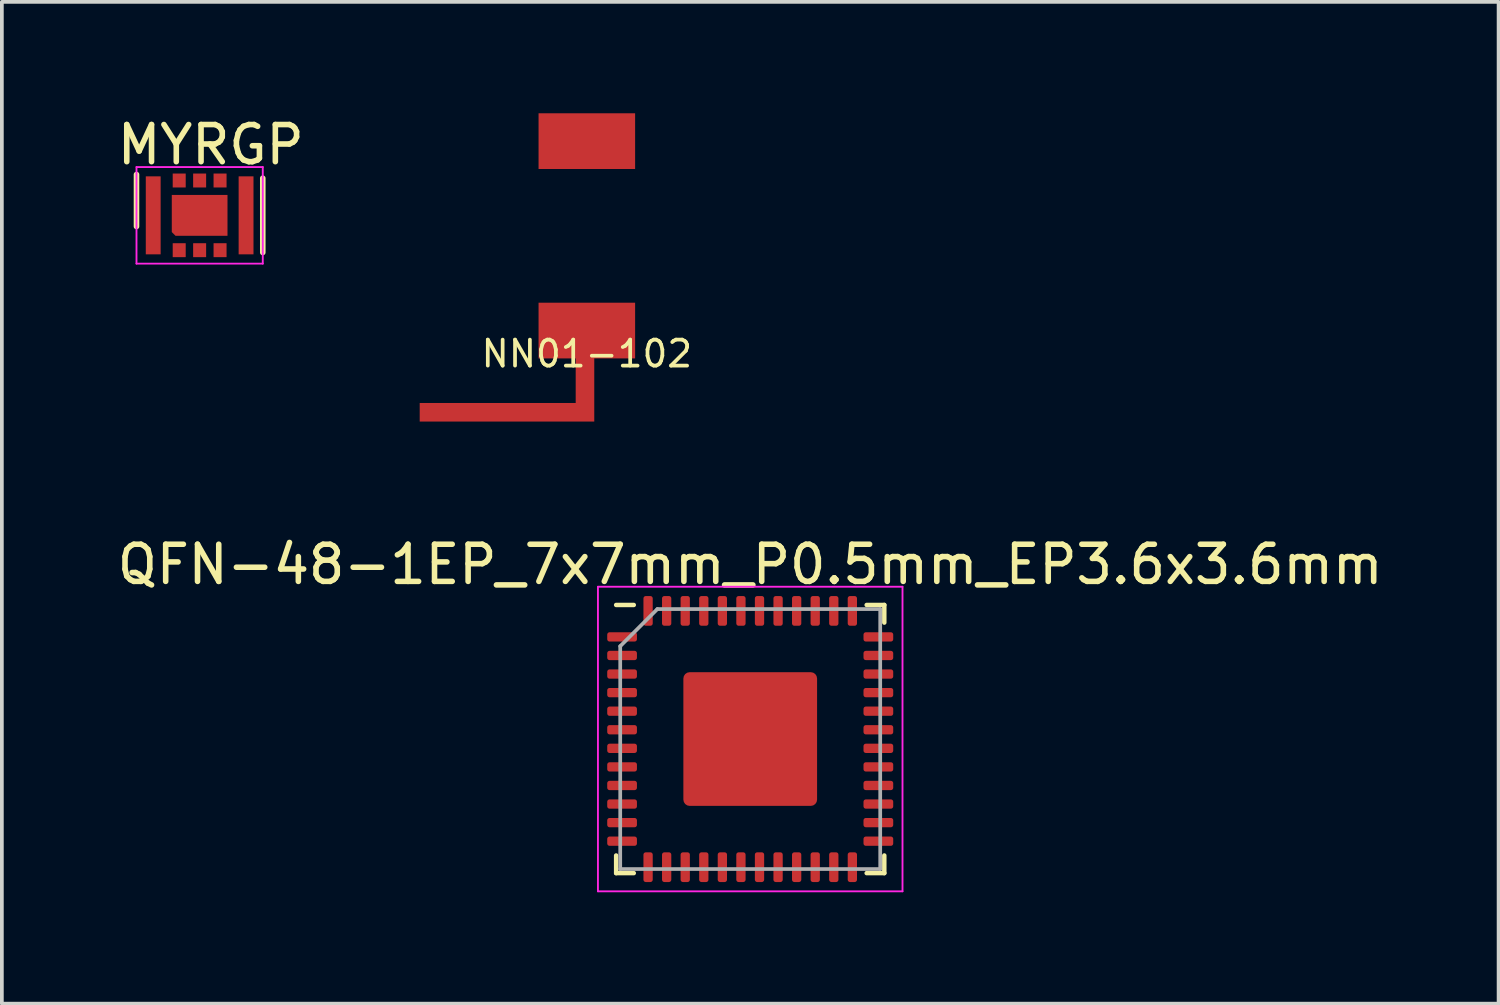
<source format=kicad_pcb>
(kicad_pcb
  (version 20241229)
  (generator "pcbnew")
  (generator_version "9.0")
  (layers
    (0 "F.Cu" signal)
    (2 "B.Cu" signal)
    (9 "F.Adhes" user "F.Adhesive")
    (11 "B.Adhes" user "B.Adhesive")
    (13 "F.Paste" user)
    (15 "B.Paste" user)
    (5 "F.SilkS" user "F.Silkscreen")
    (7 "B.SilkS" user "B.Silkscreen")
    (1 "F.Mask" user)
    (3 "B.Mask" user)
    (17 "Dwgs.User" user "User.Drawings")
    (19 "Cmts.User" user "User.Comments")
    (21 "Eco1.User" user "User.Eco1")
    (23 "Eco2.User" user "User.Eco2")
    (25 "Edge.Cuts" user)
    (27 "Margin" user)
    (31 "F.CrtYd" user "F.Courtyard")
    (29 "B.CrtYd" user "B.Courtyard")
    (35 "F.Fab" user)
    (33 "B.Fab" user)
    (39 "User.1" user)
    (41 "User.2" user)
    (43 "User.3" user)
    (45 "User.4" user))
  (footprint "NN01-102"
    (layer "F.Cu")
    (at 12.75 3.3)
    (property "Reference" "NN01-102" (at 0 3.175 180) (layer "F.SilkS") (effects (font (size 0.7 0.7) (thickness 0.1))))
    (attr smd)
    (fp_poly (pts (xy 1.3 3.3) (xy -1.3 3.3) (xy -1.3 1.8) (xy 1.3 1.8)) (stroke (width 0) (type solid)) (fill yes) (layer "F.Mask"))
    (fp_poly (pts (xy 1.3 3.3) (xy -1.3 3.3) (xy -1.3 1.8) (xy 1.3 1.8)) (stroke (width 0) (type solid)) (fill yes) (layer "F.Paste"))
    (pad "1" smd custom (at 0 2.55) (size 2.6 1.5) (layers "F.Cu") (options (anchor rect)) (primitives (gr_poly (pts (xy 0.2 2.45) (xy -0.3 2.45) (xy -0.3 0.95) (xy 0.2 0.95)) (width 0) (fill yes)) (gr_poly (pts (xy 0.2 0.95) (xy -0.3 0.95) (xy -0.3 0.75) (xy 0.2 0.75)) (width 0) (fill yes)) (gr_poly (pts (xy 0.2 1.95) (xy 0.2 2.45) (xy -4.5 2.45) (xy -4.5 1.95)) (width 0) (fill yes))))
    (pad "2" smd rect (at 0 -2.55) (size 2.6 1.5) (layers "F.Cu" "F.Mask" "F.Paste")))
  (footprint "QFN-48-1EP_7x7mm_P0.5mm_EP3.6x3.6mm"
    (layer "F.Cu")
    (at 17.149 16.848)
    (property "Reference" "QFN-48-1EP_7x7mm_P0.5mm_EP3.6x3.6mm" (at 0 -4.7 180) (layer "F.SilkS") (effects (font (size 1 1) (thickness 0.15))))
    (attr smd)
    (fp_line (start -3.61 3.61) (end -3.61 3.135) (stroke (width 0.12) (type solid)) (layer "F.SilkS"))
    (fp_line (start -3.135 -3.61) (end -3.61 -3.61) (stroke (width 0.12) (type solid)) (layer "F.SilkS"))
    (fp_line (start -3.135 3.61) (end -3.61 3.61) (stroke (width 0.12) (type solid)) (layer "F.SilkS"))
    (fp_line (start 3.135 -3.61) (end 3.61 -3.61) (stroke (width 0.12) (type solid)) (layer "F.SilkS"))
    (fp_line (start 3.135 3.61) (end 3.61 3.61) (stroke (width 0.12) (type solid)) (layer "F.SilkS"))
    (fp_line (start 3.61 -3.61) (end 3.61 -3.135) (stroke (width 0.12) (type solid)) (layer "F.SilkS"))
    (fp_line (start 3.61 3.61) (end 3.61 3.135) (stroke (width 0.12) (type solid)) (layer "F.SilkS"))
    (fp_line (start -4.1 -4.1) (end -4.1 4.1) (stroke (width 0.05) (type solid)) (layer "F.CrtYd"))
    (fp_line (start -4.1 4.1) (end 4.1 4.1) (stroke (width 0.05) (type solid)) (layer "F.CrtYd"))
    (fp_line (start 4.1 -4.1) (end -4.1 -4.1) (stroke (width 0.05) (type solid)) (layer "F.CrtYd"))
    (fp_line (start 4.1 4.1) (end 4.1 -4.1) (stroke (width 0.05) (type solid)) (layer "F.CrtYd"))
    (fp_line (start -3.5 -2.5) (end -2.5 -3.5) (stroke (width 0.1) (type solid)) (layer "F.Fab"))
    (fp_line (start -3.5 3.5) (end -3.5 -2.5) (stroke (width 0.1) (type solid)) (layer "F.Fab"))
    (fp_line (start -2.5 -3.5) (end 3.5 -3.5) (stroke (width 0.1) (type solid)) (layer "F.Fab"))
    (fp_line (start 3.5 -3.5) (end 3.5 3.5) (stroke (width 0.1) (type solid)) (layer "F.Fab"))
    (fp_line (start 3.5 3.5) (end -3.5 3.5) (stroke (width 0.1) (type solid)) (layer "F.Fab"))
    (pad "" smd roundrect (at -0.66 -0.66) (size 1.07 1.07) (layers "F.Paste") (roundrect_rratio 0.234))
    (pad "" smd roundrect (at -0.66 0.66) (size 1.07 1.07) (layers "F.Paste") (roundrect_rratio 0.234))
    (pad "" smd roundrect (at 0.66 -0.66) (size 1.07 1.07) (layers "F.Paste") (roundrect_rratio 0.234))
    (pad "" smd roundrect (at 0.66 0.66) (size 1.07 1.07) (layers "F.Paste") (roundrect_rratio 0.234))
    (pad "1" smd roundrect (at -3.45 -2.75) (size 0.8 0.25) (layers "F.Cu" "F.Mask" "F.Paste") (roundrect_rratio 0.25))
    (pad "2" smd roundrect (at -3.45 -2.25) (size 0.8 0.25) (layers "F.Cu" "F.Mask" "F.Paste") (roundrect_rratio 0.25))
    (pad "3" smd roundrect (at -3.45 -1.75) (size 0.8 0.25) (layers "F.Cu" "F.Mask" "F.Paste") (roundrect_rratio 0.25))
    (pad "4" smd roundrect (at -3.45 -1.25) (size 0.8 0.25) (layers "F.Cu" "F.Mask" "F.Paste") (roundrect_rratio 0.25))
    (pad "5" smd roundrect (at -3.45 -0.75) (size 0.8 0.25) (layers "F.Cu" "F.Mask" "F.Paste") (roundrect_rratio 0.25))
    (pad "6" smd roundrect (at -3.45 -0.25) (size 0.8 0.25) (layers "F.Cu" "F.Mask" "F.Paste") (roundrect_rratio 0.25))
    (pad "7" smd roundrect (at -3.45 0.25) (size 0.8 0.25) (layers "F.Cu" "F.Mask" "F.Paste") (roundrect_rratio 0.25))
    (pad "8" smd roundrect (at -3.45 0.75) (size 0.8 0.25) (layers "F.Cu" "F.Mask" "F.Paste") (roundrect_rratio 0.25))
    (pad "9" smd roundrect (at -3.45 1.25) (size 0.8 0.25) (layers "F.Cu" "F.Mask" "F.Paste") (roundrect_rratio 0.25))
    (pad "10" smd roundrect (at -3.45 1.75) (size 0.8 0.25) (layers "F.Cu" "F.Mask" "F.Paste") (roundrect_rratio 0.25))
    (pad "11" smd roundrect (at -3.45 2.25) (size 0.8 0.25) (layers "F.Cu" "F.Mask" "F.Paste") (roundrect_rratio 0.25))
    (pad "12" smd roundrect (at -3.45 2.75) (size 0.8 0.25) (layers "F.Cu" "F.Mask" "F.Paste") (roundrect_rratio 0.25))
    (pad "13" smd roundrect (at -2.75 3.45) (size 0.25 0.8) (layers "F.Cu" "F.Mask" "F.Paste") (roundrect_rratio 0.25))
    (pad "14" smd roundrect (at -2.25 3.45) (size 0.25 0.8) (layers "F.Cu" "F.Mask" "F.Paste") (roundrect_rratio 0.25))
    (pad "15" smd roundrect (at -1.75 3.45) (size 0.25 0.8) (layers "F.Cu" "F.Mask" "F.Paste") (roundrect_rratio 0.25))
    (pad "16" smd roundrect (at -1.25 3.45) (size 0.25 0.8) (layers "F.Cu" "F.Mask" "F.Paste") (roundrect_rratio 0.25))
    (pad "17" smd roundrect (at -0.75 3.45) (size 0.25 0.8) (layers "F.Cu" "F.Mask" "F.Paste") (roundrect_rratio 0.25))
    (pad "18" smd roundrect (at -0.25 3.45) (size 0.25 0.8) (layers "F.Cu" "F.Mask" "F.Paste") (roundrect_rratio 0.25))
    (pad "19" smd roundrect (at 0.25 3.45) (size 0.25 0.8) (layers "F.Cu" "F.Mask" "F.Paste") (roundrect_rratio 0.25))
    (pad "20" smd roundrect (at 0.75 3.45) (size 0.25 0.8) (layers "F.Cu" "F.Mask" "F.Paste") (roundrect_rratio 0.25))
    (pad "21" smd roundrect (at 1.25 3.45) (size 0.25 0.8) (layers "F.Cu" "F.Mask" "F.Paste") (roundrect_rratio 0.25))
    (pad "22" smd roundrect (at 1.75 3.45) (size 0.25 0.8) (layers "F.Cu" "F.Mask" "F.Paste") (roundrect_rratio 0.25))
    (pad "23" smd roundrect (at 2.25 3.45) (size 0.25 0.8) (layers "F.Cu" "F.Mask" "F.Paste") (roundrect_rratio 0.25))
    (pad "24" smd roundrect (at 2.75 3.45) (size 0.25 0.8) (layers "F.Cu" "F.Mask" "F.Paste") (roundrect_rratio 0.25))
    (pad "25" smd roundrect (at 3.45 2.75) (size 0.8 0.25) (layers "F.Cu" "F.Mask" "F.Paste") (roundrect_rratio 0.25))
    (pad "26" smd roundrect (at 3.45 2.25) (size 0.8 0.25) (layers "F.Cu" "F.Mask" "F.Paste") (roundrect_rratio 0.25))
    (pad "27" smd roundrect (at 3.45 1.75) (size 0.8 0.25) (layers "F.Cu" "F.Mask" "F.Paste") (roundrect_rratio 0.25))
    (pad "28" smd roundrect (at 3.45 1.25) (size 0.8 0.25) (layers "F.Cu" "F.Mask" "F.Paste") (roundrect_rratio 0.25))
    (pad "29" smd roundrect (at 3.45 0.75) (size 0.8 0.25) (layers "F.Cu" "F.Mask" "F.Paste") (roundrect_rratio 0.25))
    (pad "30" smd roundrect (at 3.45 0.25) (size 0.8 0.25) (layers "F.Cu" "F.Mask" "F.Paste") (roundrect_rratio 0.25))
    (pad "31" smd roundrect (at 3.45 -0.25) (size 0.8 0.25) (layers "F.Cu" "F.Mask" "F.Paste") (roundrect_rratio 0.25))
    (pad "32" smd roundrect (at 3.45 -0.75) (size 0.8 0.25) (layers "F.Cu" "F.Mask" "F.Paste") (roundrect_rratio 0.25))
    (pad "33" smd roundrect (at 3.45 -1.25) (size 0.8 0.25) (layers "F.Cu" "F.Mask" "F.Paste") (roundrect_rratio 0.25))
    (pad "34" smd roundrect (at 3.45 -1.75) (size 0.8 0.25) (layers "F.Cu" "F.Mask" "F.Paste") (roundrect_rratio 0.25))
    (pad "35" smd roundrect (at 3.45 -2.25) (size 0.8 0.25) (layers "F.Cu" "F.Mask" "F.Paste") (roundrect_rratio 0.25))
    (pad "36" smd roundrect (at 3.45 -2.75) (size 0.8 0.25) (layers "F.Cu" "F.Mask" "F.Paste") (roundrect_rratio 0.25))
    (pad "37" smd roundrect (at 2.75 -3.45) (size 0.25 0.8) (layers "F.Cu" "F.Mask" "F.Paste") (roundrect_rratio 0.25))
    (pad "38" smd roundrect (at 2.25 -3.45) (size 0.25 0.8) (layers "F.Cu" "F.Mask" "F.Paste") (roundrect_rratio 0.25))
    (pad "39" smd roundrect (at 1.75 -3.45) (size 0.25 0.8) (layers "F.Cu" "F.Mask" "F.Paste") (roundrect_rratio 0.25))
    (pad "40" smd roundrect (at 1.25 -3.45) (size 0.25 0.8) (layers "F.Cu" "F.Mask" "F.Paste") (roundrect_rratio 0.25))
    (pad "41" smd roundrect (at 0.75 -3.45) (size 0.25 0.8) (layers "F.Cu" "F.Mask" "F.Paste") (roundrect_rratio 0.25))
    (pad "42" smd roundrect (at 0.25 -3.45) (size 0.25 0.8) (layers "F.Cu" "F.Mask" "F.Paste") (roundrect_rratio 0.25))
    (pad "43" smd roundrect (at -0.25 -3.45) (size 0.25 0.8) (layers "F.Cu" "F.Mask" "F.Paste") (roundrect_rratio 0.25))
    (pad "44" smd roundrect (at -0.75 -3.45) (size 0.25 0.8) (layers "F.Cu" "F.Mask" "F.Paste") (roundrect_rratio 0.25))
    (pad "45" smd roundrect (at -1.25 -3.45) (size 0.25 0.8) (layers "F.Cu" "F.Mask" "F.Paste") (roundrect_rratio 0.25))
    (pad "46" smd roundrect (at -1.75 -3.45) (size 0.25 0.8) (layers "F.Cu" "F.Mask" "F.Paste") (roundrect_rratio 0.25))
    (pad "47" smd roundrect (at -2.25 -3.45) (size 0.25 0.8) (layers "F.Cu" "F.Mask" "F.Paste") (roundrect_rratio 0.25))
    (pad "48" smd roundrect (at -2.75 -3.45) (size 0.25 0.8) (layers "F.Cu" "F.Mask" "F.Paste") (roundrect_rratio 0.25))
    (pad "49" smd roundrect (at 0 0) (size 3.6 3.6) (layers "F.Cu" "F.Mask") (roundrect_rratio 0.047)))
  (footprint "MYRGP"
    (layer "F.Cu")
    (at 2.325 2.748)
    (property "Reference" "MYRGP" (at 0.3 -1.9 0) (layer "F.SilkS") (effects (font (size 1 1) (thickness 0.15))))
    (attr through_hole)
    (fp_line (start -1.7 0.3) (end -1.7 -1.1) (stroke (width 0.15) (type solid)) (layer "F.SilkS"))
    (fp_line (start 1.7 1) (end 1.7 -1) (stroke (width 0.15) (type solid)) (layer "F.SilkS"))
    (fp_line (start -1.7 1.3) (end -1.7 -1.3) (stroke (width 0.05) (type solid)) (layer "F.CrtYd"))
    (fp_line (start 1.7 -1.3) (end -1.7 -1.3) (stroke (width 0.05) (type solid)) (layer "F.CrtYd"))
    (fp_line (start 1.7 1.3) (end -1.7 1.3) (stroke (width 0.05) (type solid)) (layer "F.CrtYd"))
    (fp_line (start 1.7 1.3) (end 1.7 -1.3) (stroke (width 0.05) (type solid)) (layer "F.CrtYd"))
    (pad "" smd rect (at -0.45 0) (size 0.4 0.9) (layers "F.Paste"))
    (pad "" smd rect (at 0.45 0) (size 0.4 0.9) (layers "F.Paste"))
    (pad "1" smd rect (at -0.55 0.938) (size 0.35 0.375) (layers "F.Cu" "F.Mask" "F.Paste"))
    (pad "2" smd rect (at 0 0.938) (size 0.35 0.375) (layers "F.Cu" "F.Mask" "F.Paste"))
    (pad "3" smd rect (at 0.55 0.938) (size 0.35 0.375) (layers "F.Cu" "F.Mask" "F.Paste"))
    (pad "4" smd rect (at 0.55 -0.938) (size 0.35 0.375) (layers "F.Cu" "F.Mask" "F.Paste"))
    (pad "5" smd rect (at 0 -0.938) (size 0.35 0.375) (layers "F.Cu" "F.Mask" "F.Paste"))
    (pad "6" smd rect (at -0.55 -0.938) (size 0.35 0.375) (layers "F.Cu" "F.Mask" "F.Paste"))
    (pad "7" smd rect (at -1.25 0) (size 0.4 2.1) (layers "F.Cu" "F.Mask" "F.Paste"))
    (pad "8" smd rect (at 1.25 0) (size 0.4 2.1) (layers "F.Cu" "F.Mask" "F.Paste"))
    (pad "9" smd custom (at 0 0) (size 0.35 0.375) (layers "F.Cu" "F.Mask") (options (anchor rect)) (primitives (gr_poly (pts (xy -0.75 -0.55) (xy 0.75 -0.55) (xy 0.75 0.55) (xy -0.65 0.55) (xy -0.75 0.45)) (width 0) (fill yes)))))
  (gr_rect
    (start -3 -3)
    (end 37.298 23.973)
    (stroke (width 0.1) (type default))
    (fill no)
    (layer "Edge.Cuts")))
</source>
